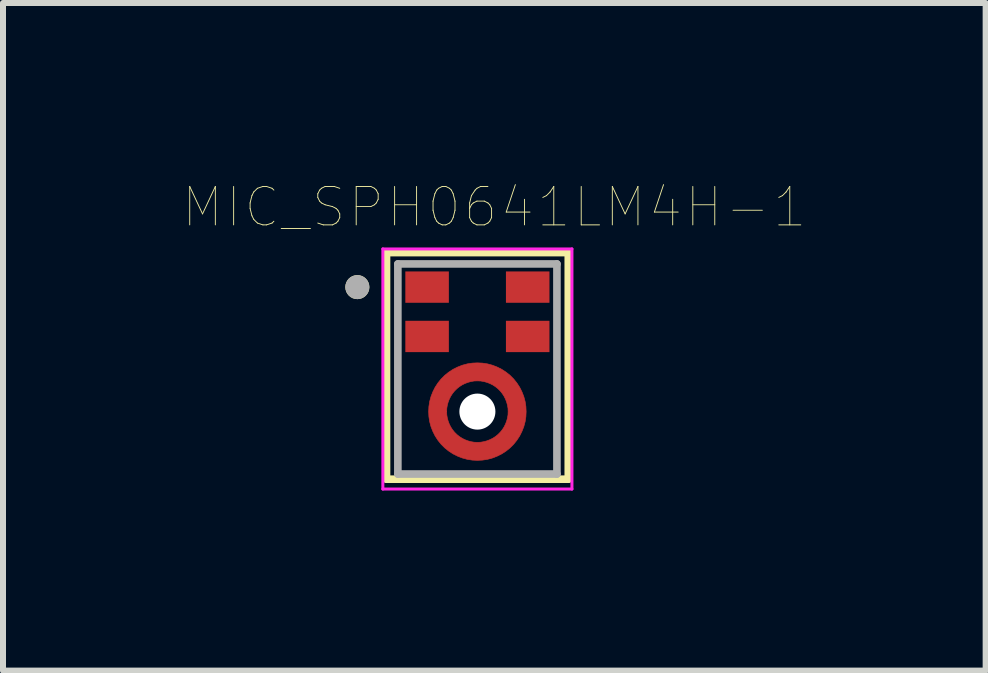
<source format=kicad_pcb>
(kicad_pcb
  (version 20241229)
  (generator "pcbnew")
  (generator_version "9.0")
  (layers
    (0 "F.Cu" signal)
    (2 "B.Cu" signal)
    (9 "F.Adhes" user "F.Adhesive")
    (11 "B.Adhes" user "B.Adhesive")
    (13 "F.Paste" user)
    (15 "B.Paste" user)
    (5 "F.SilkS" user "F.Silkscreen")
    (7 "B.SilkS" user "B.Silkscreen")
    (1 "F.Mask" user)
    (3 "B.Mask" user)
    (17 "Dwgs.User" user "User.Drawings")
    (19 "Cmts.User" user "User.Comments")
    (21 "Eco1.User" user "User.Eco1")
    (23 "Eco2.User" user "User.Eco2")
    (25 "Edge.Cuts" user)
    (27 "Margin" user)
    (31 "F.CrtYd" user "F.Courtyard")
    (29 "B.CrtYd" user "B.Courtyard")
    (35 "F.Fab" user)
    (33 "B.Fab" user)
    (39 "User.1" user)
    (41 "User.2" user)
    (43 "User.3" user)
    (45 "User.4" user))
  (footprint "MIC_SPH0641LM4H-1"
    (layer "F.Cu")
    (at 4.903 3.807)
    (property "Reference" "MIC_SPH0641LM4H-1" (at 0.282 -3.406 0) (layer "F.SilkS") (effects (font (size 0.64 0.64) (thickness 0.015))))
    (attr through_hole)
    (fp_poly (pts (xy 0 0.512) (xy 0.054 0.51) (xy 0.107 0.501) (xy 0.158 0.487) (xy 0.208 0.468) (xy 0.256 0.444) (xy 0.301 0.415) (xy 0.343 0.381) (xy 0.381 0.343) (xy 0.415 0.301) (xy 0.444 0.256) (xy 0.468 0.208) (xy 0.487 0.158) (xy 0.501 0.107) (xy 0.51 0.054) (xy 0.512 0) (xy 0.51 -0.054) (xy 0.501 -0.107) (xy 0.487 -0.158) (xy 0.468 -0.208) (xy 0.444 -0.256) (xy 0.415 -0.301) (xy 0.381 -0.343) (xy 0.343 -0.381) (xy 0.301 -0.415) (xy 0.256 -0.444) (xy 0.208 -0.468) (xy 0.158 -0.487) (xy 0.107 -0.501) (xy 0.054 -0.51) (xy 0 -0.512) (xy 0 -0.812) (xy 0.085 -0.808) (xy 0.169 -0.795) (xy 0.251 -0.773) (xy 0.33 -0.742) (xy 0.406 -0.704) (xy 0.478 -0.657) (xy 0.544 -0.604) (xy 0.604 -0.544) (xy 0.657 -0.478) (xy 0.704 -0.406) (xy 0.742 -0.33) (xy 0.773 -0.251) (xy 0.795 -0.169) (xy 0.808 -0.085) (xy 0.812 0) (xy 0.808 0.085) (xy 0.795 0.169) (xy 0.773 0.251) (xy 0.742 0.33) (xy 0.704 0.406) (xy 0.657 0.478) (xy 0.604 0.544) (xy 0.544 0.604) (xy 0.478 0.657) (xy 0.406 0.704) (xy 0.33 0.742) (xy 0.251 0.773) (xy 0.169 0.795) (xy 0.085 0.808) (xy 0 0.812) (xy -0.085 0.808) (xy -0.169 0.795) (xy -0.251 0.773) (xy -0.33 0.742) (xy -0.406 0.704) (xy -0.478 0.657) (xy -0.544 0.604) (xy -0.604 0.544) (xy -0.657 0.478) (xy -0.704 0.406) (xy -0.742 0.33) (xy -0.773 0.251) (xy -0.795 0.169) (xy -0.808 0.085) (xy -0.812 0) (xy -0.808 -0.085) (xy -0.795 -0.169) (xy -0.773 -0.251) (xy -0.742 -0.33) (xy -0.704 -0.406) (xy -0.657 -0.478) (xy -0.604 -0.544) (xy -0.544 -0.604) (xy -0.478 -0.657) (xy -0.406 -0.704) (xy -0.33 -0.742) (xy -0.251 -0.773) (xy -0.169 -0.795) (xy -0.085 -0.808) (xy 0 -0.812) (xy 0 -0.512) (xy -0.054 -0.51) (xy -0.107 -0.501) (xy -0.158 -0.487) (xy -0.208 -0.468) (xy -0.256 -0.444) (xy -0.301 -0.415) (xy -0.343 -0.381) (xy -0.381 -0.343) (xy -0.415 -0.301) (xy -0.444 -0.256) (xy -0.468 -0.208) (xy -0.487 -0.158) (xy -0.501 -0.107) (xy -0.51 -0.054) (xy -0.512 0) (xy -0.51 0.054) (xy -0.501 0.107) (xy -0.487 0.158) (xy -0.468 0.208) (xy -0.444 0.256) (xy -0.415 0.301) (xy -0.381 0.343) (xy -0.343 0.381) (xy -0.301 0.415) (xy -0.256 0.444) (xy -0.208 0.468) (xy -0.158 0.487) (xy -0.107 0.501) (xy -0.054 0.51) (xy 0 0.512)) (stroke (width 0.01) (type solid)) (fill yes) (layer "F.Cu"))
    (fp_circle (center 0 0) (end 0.456 0) (stroke (width 0.912) (type solid)) (fill no) (layer "F.Mask"))
    (fp_line (start -1.514 -2.649) (end -1.514 1.126) (stroke (width 0.127) (type solid)) (layer "F.SilkS"))
    (fp_line (start -1.514 1.126) (end 1.514 1.126) (stroke (width 0.127) (type solid)) (layer "F.SilkS"))
    (fp_line (start 1.514 -2.649) (end -1.514 -2.649) (stroke (width 0.127) (type solid)) (layer "F.SilkS"))
    (fp_line (start 1.514 1.126) (end 1.514 -2.649) (stroke (width 0.127) (type solid)) (layer "F.SilkS"))
    (fp_circle (center -2 -2.074) (end -1.9 -2.074) (stroke (width 0.2) (type solid)) (fill no) (layer "F.SilkS"))
    (fp_poly (pts (xy -0.426 0.285) (xy -0.439 0.264) (xy -0.449 0.247) (xy -0.458 0.229) (xy -0.466 0.211) (xy -0.474 0.193) (xy -0.481 0.175) (xy -0.488 0.156) (xy -0.493 0.137) (xy -0.498 0.118) (xy -0.502 0.098) (xy -0.506 0.079) (xy -0.508 0.059) (xy -0.51 0.04) (xy -0.511 0.02) (xy -0.512 0) (xy -0.511 -0.02) (xy -0.51 -0.04) (xy -0.508 -0.059) (xy -0.506 -0.079) (xy -0.502 -0.098) (xy -0.498 -0.118) (xy -0.493 -0.137) (xy -0.488 -0.156) (xy -0.481 -0.175) (xy -0.474 -0.193) (xy -0.466 -0.211) (xy -0.458 -0.229) (xy -0.449 -0.247) (xy -0.439 -0.264) (xy -0.426 -0.285) (xy -0.638 -0.497) (xy -0.664 -0.463) (xy -0.683 -0.434) (xy -0.702 -0.404) (xy -0.719 -0.373) (xy -0.735 -0.341) (xy -0.749 -0.309) (xy -0.762 -0.276) (xy -0.774 -0.243) (xy -0.784 -0.209) (xy -0.792 -0.175) (xy -0.799 -0.14) (xy -0.805 -0.106) (xy -0.809 -0.07) (xy -0.811 -0.035) (xy -0.812 0) (xy -0.811 0.035) (xy -0.809 0.07) (xy -0.805 0.106) (xy -0.799 0.14) (xy -0.792 0.175) (xy -0.784 0.209) (xy -0.774 0.243) (xy -0.762 0.276) (xy -0.749 0.309) (xy -0.735 0.341) (xy -0.719 0.373) (xy -0.702 0.404) (xy -0.683 0.434) (xy -0.664 0.463) (xy -0.638 0.497) (xy -0.426 0.285)) (stroke (width 0.01) (type solid)) (fill yes) (layer "F.Paste"))
    (fp_poly (pts (xy -0.285 -0.426) (xy -0.271 -0.434) (xy -0.254 -0.445) (xy -0.237 -0.454) (xy -0.218 -0.463) (xy -0.2 -0.471) (xy -0.181 -0.479) (xy -0.162 -0.485) (xy -0.143 -0.491) (xy -0.124 -0.497) (xy -0.104 -0.501) (xy -0.085 -0.505) (xy -0.065 -0.508) (xy -0.045 -0.51) (xy -0.025 -0.511) (xy -0.004 -0.512) (xy 0.016 -0.511) (xy 0.036 -0.51) (xy 0.056 -0.509) (xy 0.076 -0.506) (xy 0.095 -0.503) (xy 0.115 -0.499) (xy 0.135 -0.494) (xy 0.154 -0.488) (xy 0.173 -0.482) (xy 0.192 -0.475) (xy 0.21 -0.467) (xy 0.228 -0.458) (xy 0.246 -0.449) (xy 0.264 -0.439) (xy 0.285 -0.426) (xy 0.497 -0.638) (xy 0.474 -0.656) (xy 0.444 -0.677) (xy 0.413 -0.696) (xy 0.382 -0.714) (xy 0.35 -0.731) (xy 0.317 -0.746) (xy 0.283 -0.76) (xy 0.249 -0.772) (xy 0.215 -0.782) (xy 0.18 -0.791) (xy 0.144 -0.799) (xy 0.108 -0.804) (xy 0.072 -0.808) (xy 0.036 -0.811) (xy 0 -0.812) (xy -0.036 -0.811) (xy -0.072 -0.808) (xy -0.108 -0.804) (xy -0.144 -0.799) (xy -0.18 -0.791) (xy -0.215 -0.782) (xy -0.249 -0.772) (xy -0.283 -0.76) (xy -0.317 -0.746) (xy -0.35 -0.731) (xy -0.382 -0.714) (xy -0.413 -0.696) (xy -0.444 -0.677) (xy -0.474 -0.656) (xy -0.497 -0.638) (xy -0.285 -0.426)) (stroke (width 0.01) (type solid)) (fill yes) (layer "F.Paste"))
    (fp_poly (pts (xy 0.285 0.426) (xy 0.264 0.439) (xy 0.246 0.449) (xy 0.228 0.458) (xy 0.21 0.467) (xy 0.192 0.475) (xy 0.173 0.482) (xy 0.154 0.488) (xy 0.135 0.494) (xy 0.115 0.499) (xy 0.095 0.503) (xy 0.076 0.506) (xy 0.056 0.509) (xy 0.036 0.51) (xy 0.016 0.511) (xy -0.004 0.512) (xy -0.025 0.511) (xy -0.045 0.51) (xy -0.065 0.508) (xy -0.085 0.505) (xy -0.104 0.501) (xy -0.124 0.497) (xy -0.143 0.491) (xy -0.162 0.485) (xy -0.181 0.479) (xy -0.2 0.471) (xy -0.218 0.463) (xy -0.237 0.454) (xy -0.254 0.445) (xy -0.271 0.434) (xy -0.285 0.426) (xy -0.497 0.638) (xy -0.474 0.656) (xy -0.444 0.677) (xy -0.413 0.696) (xy -0.382 0.714) (xy -0.35 0.731) (xy -0.317 0.746) (xy -0.283 0.76) (xy -0.249 0.772) (xy -0.215 0.782) (xy -0.18 0.791) (xy -0.144 0.799) (xy -0.108 0.804) (xy -0.072 0.808) (xy -0.036 0.811) (xy 0 0.812) (xy 0.036 0.811) (xy 0.072 0.808) (xy 0.108 0.804) (xy 0.144 0.799) (xy 0.18 0.791) (xy 0.215 0.782) (xy 0.249 0.772) (xy 0.283 0.76) (xy 0.317 0.746) (xy 0.35 0.731) (xy 0.382 0.714) (xy 0.413 0.696) (xy 0.444 0.677) (xy 0.474 0.656) (xy 0.497 0.638) (xy 0.285 0.426)) (stroke (width 0.01) (type solid)) (fill yes) (layer "F.Paste"))
    (fp_poly (pts (xy 0.426 -0.285) (xy 0.435 -0.271) (xy 0.445 -0.254) (xy 0.455 -0.236) (xy 0.464 -0.217) (xy 0.472 -0.199) (xy 0.479 -0.18) (xy 0.486 -0.16) (xy 0.492 -0.141) (xy 0.497 -0.121) (xy 0.502 -0.101) (xy 0.505 -0.081) (xy 0.508 -0.061) (xy 0.51 -0.041) (xy 0.511 -0.02) (xy 0.512 0) (xy 0.511 0.02) (xy 0.51 0.041) (xy 0.508 0.061) (xy 0.505 0.081) (xy 0.502 0.101) (xy 0.497 0.121) (xy 0.492 0.141) (xy 0.486 0.16) (xy 0.479 0.18) (xy 0.472 0.199) (xy 0.464 0.217) (xy 0.455 0.236) (xy 0.445 0.254) (xy 0.435 0.271) (xy 0.426 0.285) (xy 0.638 0.497) (xy 0.656 0.474) (xy 0.677 0.444) (xy 0.696 0.413) (xy 0.714 0.382) (xy 0.731 0.35) (xy 0.746 0.317) (xy 0.76 0.283) (xy 0.772 0.249) (xy 0.782 0.215) (xy 0.791 0.18) (xy 0.799 0.144) (xy 0.804 0.108) (xy 0.808 0.072) (xy 0.811 0.036) (xy 0.812 0) (xy 0.811 -0.036) (xy 0.808 -0.072) (xy 0.804 -0.108) (xy 0.799 -0.144) (xy 0.791 -0.18) (xy 0.782 -0.215) (xy 0.772 -0.249) (xy 0.76 -0.283) (xy 0.746 -0.317) (xy 0.731 -0.35) (xy 0.714 -0.382) (xy 0.696 -0.413) (xy 0.677 -0.444) (xy 0.656 -0.474) (xy 0.638 -0.497) (xy 0.426 -0.285)) (stroke (width 0.01) (type solid)) (fill yes) (layer "F.Paste"))
    (fp_line (start -1.575 -2.71) (end -1.575 1.29) (stroke (width 0.05) (type solid)) (layer "F.CrtYd"))
    (fp_line (start -1.575 1.29) (end 1.575 1.29) (stroke (width 0.05) (type solid)) (layer "F.CrtYd"))
    (fp_line (start 1.575 -2.71) (end -1.575 -2.71) (stroke (width 0.05) (type solid)) (layer "F.CrtYd"))
    (fp_line (start 1.575 1.29) (end 1.575 -2.71) (stroke (width 0.05) (type solid)) (layer "F.CrtYd"))
    (fp_line (start -1.325 -2.46) (end -1.325 1.04) (stroke (width 0.127) (type solid)) (layer "F.Fab"))
    (fp_line (start -1.325 1.04) (end 1.325 1.04) (stroke (width 0.127) (type solid)) (layer "F.Fab"))
    (fp_line (start 1.325 -2.46) (end -1.325 -2.46) (stroke (width 0.127) (type solid)) (layer "F.Fab"))
    (fp_line (start 1.325 1.04) (end 1.325 -2.46) (stroke (width 0.127) (type solid)) (layer "F.Fab"))
    (fp_circle (center -2 -2.074) (end -1.9 -2.074) (stroke (width 0.2) (type solid)) (fill no) (layer "F.Fab"))
    (pad "" np_thru_hole circle (at 0 0) (size 0.6 0.6) (drill 0.6) (layers "*.Cu" "*.Mask"))
    (pad "1" smd rect (at -0.838 -2.074) (size 0.725 0.522) (layers "F.Cu" "F.Mask" "F.Paste"))
    (pad "2" smd rect (at -0.838 -1.252) (size 0.725 0.522) (layers "F.Cu" "F.Mask" "F.Paste"))
    (pad "3" smd rect (at -0.662 0) (size 0.1 0.1) (layers "F.Cu"))
    (pad "4" smd rect (at 0.838 -1.252) (size 0.725 0.522) (layers "F.Cu" "F.Mask" "F.Paste"))
    (pad "5" smd rect (at 0.838 -2.074) (size 0.725 0.522) (layers "F.Cu" "F.Mask" "F.Paste")))
  (gr_rect
    (start -3 -3)
    (end 13.37 8.122)
    (stroke (width 0.1) (type default))
    (fill no)
    (layer "Edge.Cuts")))
</source>
